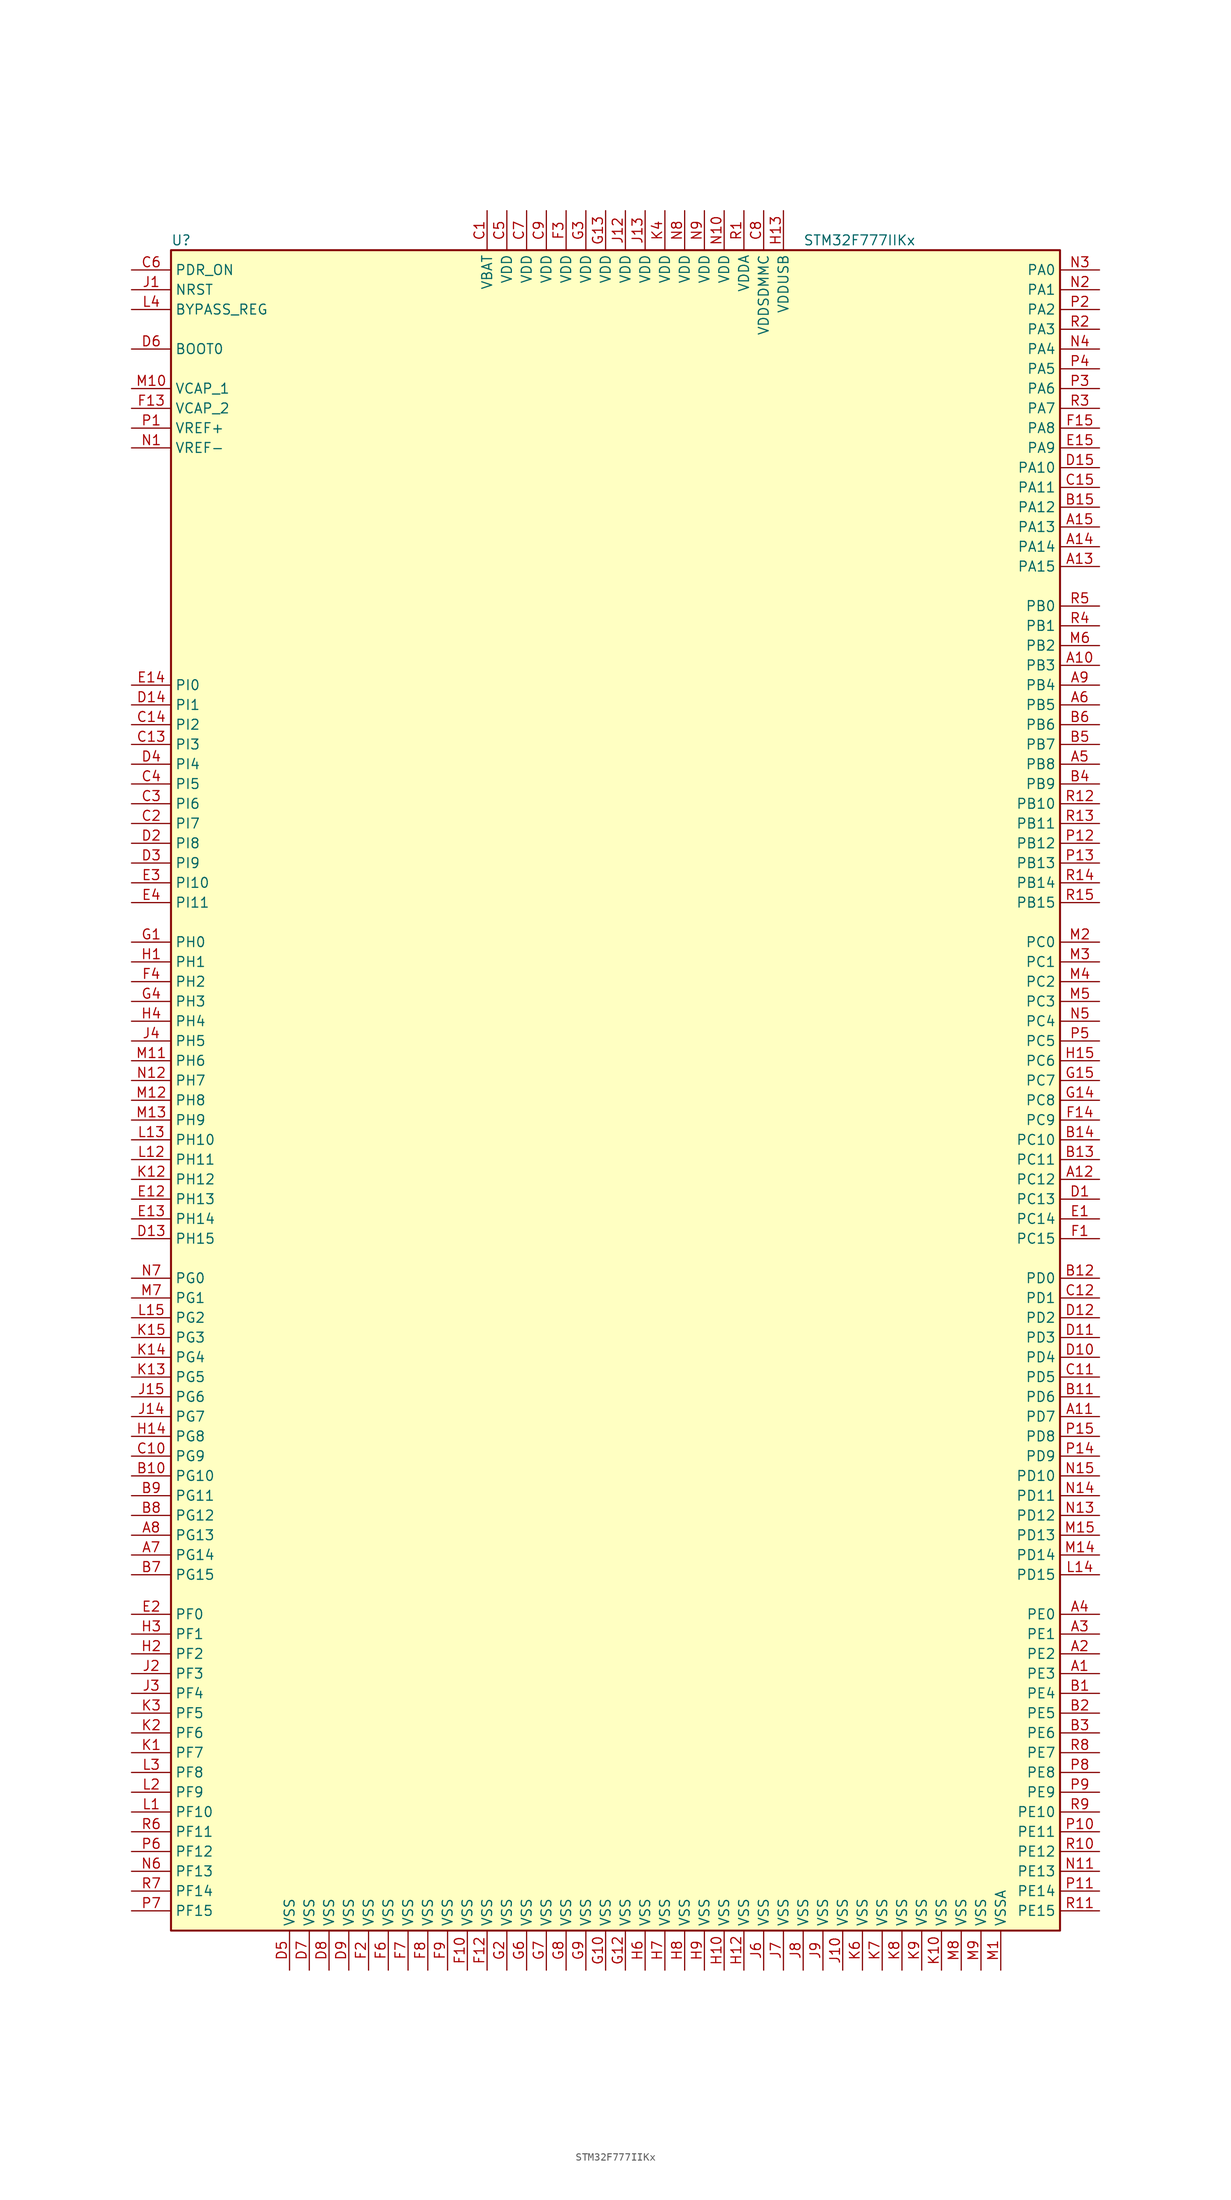
<source format=kicad_sym>
(kicad_symbol_lib
  (version 20211014)
  (generator kicad_symbol_editor)
  (symbol "STM32F777IIKx"
    (property "Reference" "U"
      (at -58.42 107.95 0)
      (effects (font (size 1.27 1.27)) (justify left)))
    (property "Value" "STM32F777IIKx"
      (at 22.86 107.95 0)
      (effects (font (size 1.27 1.27)) (justify left)))
    (symbol "STM32F777IIKx_0_1"
      (rectangle (start -58.42 -109.22) (end 55.88 106.68) (stroke (width 0.254) (type default) (color 0 0 0 0)) (fill (type background))))
    (symbol "STM32F777IIKx_1_1"
      (pin bidirectional line (at 60.96 -76.2 180) (length 5.08) (name "PE3" (effects (font (size 1.27 1.27)))) (number "A1" (effects (font (size 1.27 1.27)))))
      (pin bidirectional line (at 60.96 53.34 180) (length 5.08) (name "PB3" (effects (font (size 1.27 1.27)))) (number "A10" (effects (font (size 1.27 1.27)))))
      (pin bidirectional line (at 60.96 -43.18 180) (length 5.08) (name "PD7" (effects (font (size 1.27 1.27)))) (number "A11" (effects (font (size 1.27 1.27)))))
      (pin bidirectional line (at 60.96 -12.7 180) (length 5.08) (name "PC12" (effects (font (size 1.27 1.27)))) (number "A12" (effects (font (size 1.27 1.27)))))
      (pin bidirectional line (at 60.96 66.04 180) (length 5.08) (name "PA15" (effects (font (size 1.27 1.27)))) (number "A13" (effects (font (size 1.27 1.27)))))
      (pin bidirectional line (at 60.96 68.58 180) (length 5.08) (name "PA14" (effects (font (size 1.27 1.27)))) (number "A14" (effects (font (size 1.27 1.27)))))
      (pin bidirectional line (at 60.96 71.12 180) (length 5.08) (name "PA13" (effects (font (size 1.27 1.27)))) (number "A15" (effects (font (size 1.27 1.27)))))
      (pin bidirectional line (at 60.96 -73.66 180) (length 5.08) (name "PE2" (effects (font (size 1.27 1.27)))) (number "A2" (effects (font (size 1.27 1.27)))))
      (pin bidirectional line (at 60.96 -71.12 180) (length 5.08) (name "PE1" (effects (font (size 1.27 1.27)))) (number "A3" (effects (font (size 1.27 1.27)))))
      (pin bidirectional line (at 60.96 -68.58 180) (length 5.08) (name "PE0" (effects (font (size 1.27 1.27)))) (number "A4" (effects (font (size 1.27 1.27)))))
      (pin bidirectional line (at 60.96 40.64 180) (length 5.08) (name "PB8" (effects (font (size 1.27 1.27)))) (number "A5" (effects (font (size 1.27 1.27)))))
      (pin bidirectional line (at 60.96 48.26 180) (length 5.08) (name "PB5" (effects (font (size 1.27 1.27)))) (number "A6" (effects (font (size 1.27 1.27)))))
      (pin bidirectional line (at -63.5 -60.96 0) (length 5.08) (name "PG14" (effects (font (size 1.27 1.27)))) (number "A7" (effects (font (size 1.27 1.27)))))
      (pin bidirectional line (at -63.5 -58.42 0) (length 5.08) (name "PG13" (effects (font (size 1.27 1.27)))) (number "A8" (effects (font (size 1.27 1.27)))))
      (pin bidirectional line (at 60.96 50.8 180) (length 5.08) (name "PB4" (effects (font (size 1.27 1.27)))) (number "A9" (effects (font (size 1.27 1.27)))))
      (pin bidirectional line (at 60.96 -78.74 180) (length 5.08) (name "PE4" (effects (font (size 1.27 1.27)))) (number "B1" (effects (font (size 1.27 1.27)))))
      (pin bidirectional line (at -63.5 -50.8 0) (length 5.08) (name "PG10" (effects (font (size 1.27 1.27)))) (number "B10" (effects (font (size 1.27 1.27)))))
      (pin bidirectional line (at 60.96 -40.64 180) (length 5.08) (name "PD6" (effects (font (size 1.27 1.27)))) (number "B11" (effects (font (size 1.27 1.27)))))
      (pin bidirectional line (at 60.96 -25.4 180) (length 5.08) (name "PD0" (effects (font (size 1.27 1.27)))) (number "B12" (effects (font (size 1.27 1.27)))))
      (pin bidirectional line (at 60.96 -10.16 180) (length 5.08) (name "PC11" (effects (font (size 1.27 1.27)))) (number "B13" (effects (font (size 1.27 1.27)))))
      (pin bidirectional line (at 60.96 -7.62 180) (length 5.08) (name "PC10" (effects (font (size 1.27 1.27)))) (number "B14" (effects (font (size 1.27 1.27)))))
      (pin bidirectional line (at 60.96 73.66 180) (length 5.08) (name "PA12" (effects (font (size 1.27 1.27)))) (number "B15" (effects (font (size 1.27 1.27)))))
      (pin bidirectional line (at 60.96 -81.28 180) (length 5.08) (name "PE5" (effects (font (size 1.27 1.27)))) (number "B2" (effects (font (size 1.27 1.27)))))
      (pin bidirectional line (at 60.96 -83.82 180) (length 5.08) (name "PE6" (effects (font (size 1.27 1.27)))) (number "B3" (effects (font (size 1.27 1.27)))))
      (pin bidirectional line (at 60.96 38.1 180) (length 5.08) (name "PB9" (effects (font (size 1.27 1.27)))) (number "B4" (effects (font (size 1.27 1.27)))))
      (pin bidirectional line (at 60.96 43.18 180) (length 5.08) (name "PB7" (effects (font (size 1.27 1.27)))) (number "B5" (effects (font (size 1.27 1.27)))))
      (pin bidirectional line (at 60.96 45.72 180) (length 5.08) (name "PB6" (effects (font (size 1.27 1.27)))) (number "B6" (effects (font (size 1.27 1.27)))))
      (pin bidirectional line (at -63.5 -63.5 0) (length 5.08) (name "PG15" (effects (font (size 1.27 1.27)))) (number "B7" (effects (font (size 1.27 1.27)))))
      (pin bidirectional line (at -63.5 -55.88 0) (length 5.08) (name "PG12" (effects (font (size 1.27 1.27)))) (number "B8" (effects (font (size 1.27 1.27)))))
      (pin bidirectional line (at -63.5 -53.34 0) (length 5.08) (name "PG11" (effects (font (size 1.27 1.27)))) (number "B9" (effects (font (size 1.27 1.27)))))
      (pin power_in line (at -17.78 111.76 270) (length 5.08) (name "VBAT" (effects (font (size 1.27 1.27)))) (number "C1" (effects (font (size 1.27 1.27)))))
      (pin bidirectional line (at -63.5 -48.26 0) (length 5.08) (name "PG9" (effects (font (size 1.27 1.27)))) (number "C10" (effects (font (size 1.27 1.27)))))
      (pin bidirectional line (at 60.96 -38.1 180) (length 5.08) (name "PD5" (effects (font (size 1.27 1.27)))) (number "C11" (effects (font (size 1.27 1.27)))))
      (pin bidirectional line (at 60.96 -27.94 180) (length 5.08) (name "PD1" (effects (font (size 1.27 1.27)))) (number "C12" (effects (font (size 1.27 1.27)))))
      (pin bidirectional line (at -63.5 43.18 0) (length 5.08) (name "PI3" (effects (font (size 1.27 1.27)))) (number "C13" (effects (font (size 1.27 1.27)))))
      (pin bidirectional line (at -63.5 45.72 0) (length 5.08) (name "PI2" (effects (font (size 1.27 1.27)))) (number "C14" (effects (font (size 1.27 1.27)))))
      (pin bidirectional line (at 60.96 76.2 180) (length 5.08) (name "PA11" (effects (font (size 1.27 1.27)))) (number "C15" (effects (font (size 1.27 1.27)))))
      (pin bidirectional line (at -63.5 33.02 0) (length 5.08) (name "PI7" (effects (font (size 1.27 1.27)))) (number "C2" (effects (font (size 1.27 1.27)))))
      (pin bidirectional line (at -63.5 35.56 0) (length 5.08) (name "PI6" (effects (font (size 1.27 1.27)))) (number "C3" (effects (font (size 1.27 1.27)))))
      (pin bidirectional line (at -63.5 38.1 0) (length 5.08) (name "PI5" (effects (font (size 1.27 1.27)))) (number "C4" (effects (font (size 1.27 1.27)))))
      (pin power_in line (at -15.24 111.76 270) (length 5.08) (name "VDD" (effects (font (size 1.27 1.27)))) (number "C5" (effects (font (size 1.27 1.27)))))
      (pin input line (at -63.5 104.14 0) (length 5.08) (name "PDR_ON" (effects (font (size 1.27 1.27)))) (number "C6" (effects (font (size 1.27 1.27)))))
      (pin power_in line (at -12.7 111.76 270) (length 5.08) (name "VDD" (effects (font (size 1.27 1.27)))) (number "C7" (effects (font (size 1.27 1.27)))))
      (pin power_in line (at 17.78 111.76 270) (length 5.08) (name "VDDSDMMC" (effects (font (size 1.27 1.27)))) (number "C8" (effects (font (size 1.27 1.27)))))
      (pin power_in line (at -10.16 111.76 270) (length 5.08) (name "VDD" (effects (font (size 1.27 1.27)))) (number "C9" (effects (font (size 1.27 1.27)))))
      (pin bidirectional line (at 60.96 -15.24 180) (length 5.08) (name "PC13" (effects (font (size 1.27 1.27)))) (number "D1" (effects (font (size 1.27 1.27)))))
      (pin bidirectional line (at 60.96 -35.56 180) (length 5.08) (name "PD4" (effects (font (size 1.27 1.27)))) (number "D10" (effects (font (size 1.27 1.27)))))
      (pin bidirectional line (at 60.96 -33.02 180) (length 5.08) (name "PD3" (effects (font (size 1.27 1.27)))) (number "D11" (effects (font (size 1.27 1.27)))))
      (pin bidirectional line (at 60.96 -30.48 180) (length 5.08) (name "PD2" (effects (font (size 1.27 1.27)))) (number "D12" (effects (font (size 1.27 1.27)))))
      (pin bidirectional line (at -63.5 -20.32 0) (length 5.08) (name "PH15" (effects (font (size 1.27 1.27)))) (number "D13" (effects (font (size 1.27 1.27)))))
      (pin bidirectional line (at -63.5 48.26 0) (length 5.08) (name "PI1" (effects (font (size 1.27 1.27)))) (number "D14" (effects (font (size 1.27 1.27)))))
      (pin bidirectional line (at 60.96 78.74 180) (length 5.08) (name "PA10" (effects (font (size 1.27 1.27)))) (number "D15" (effects (font (size 1.27 1.27)))))
      (pin bidirectional line (at -63.5 30.48 0) (length 5.08) (name "PI8" (effects (font (size 1.27 1.27)))) (number "D2" (effects (font (size 1.27 1.27)))))
      (pin bidirectional line (at -63.5 27.94 0) (length 5.08) (name "PI9" (effects (font (size 1.27 1.27)))) (number "D3" (effects (font (size 1.27 1.27)))))
      (pin bidirectional line (at -63.5 40.64 0) (length 5.08) (name "PI4" (effects (font (size 1.27 1.27)))) (number "D4" (effects (font (size 1.27 1.27)))))
      (pin power_in line (at -43.18 -114.3 90) (length 5.08) (name "VSS" (effects (font (size 1.27 1.27)))) (number "D5" (effects (font (size 1.27 1.27)))))
      (pin input line (at -63.5 93.98 0) (length 5.08) (name "BOOT0" (effects (font (size 1.27 1.27)))) (number "D6" (effects (font (size 1.27 1.27)))))
      (pin power_in line (at -40.64 -114.3 90) (length 5.08) (name "VSS" (effects (font (size 1.27 1.27)))) (number "D7" (effects (font (size 1.27 1.27)))))
      (pin power_in line (at -38.1 -114.3 90) (length 5.08) (name "VSS" (effects (font (size 1.27 1.27)))) (number "D8" (effects (font (size 1.27 1.27)))))
      (pin power_in line (at -35.56 -114.3 90) (length 5.08) (name "VSS" (effects (font (size 1.27 1.27)))) (number "D9" (effects (font (size 1.27 1.27)))))
      (pin bidirectional line (at 60.96 -17.78 180) (length 5.08) (name "PC14" (effects (font (size 1.27 1.27)))) (number "E1" (effects (font (size 1.27 1.27)))))
      (pin bidirectional line (at -63.5 -15.24 0) (length 5.08) (name "PH13" (effects (font (size 1.27 1.27)))) (number "E12" (effects (font (size 1.27 1.27)))))
      (pin bidirectional line (at -63.5 -17.78 0) (length 5.08) (name "PH14" (effects (font (size 1.27 1.27)))) (number "E13" (effects (font (size 1.27 1.27)))))
      (pin bidirectional line (at -63.5 50.8 0) (length 5.08) (name "PI0" (effects (font (size 1.27 1.27)))) (number "E14" (effects (font (size 1.27 1.27)))))
      (pin bidirectional line (at 60.96 81.28 180) (length 5.08) (name "PA9" (effects (font (size 1.27 1.27)))) (number "E15" (effects (font (size 1.27 1.27)))))
      (pin bidirectional line (at -63.5 -68.58 0) (length 5.08) (name "PF0" (effects (font (size 1.27 1.27)))) (number "E2" (effects (font (size 1.27 1.27)))))
      (pin bidirectional line (at -63.5 25.4 0) (length 5.08) (name "PI10" (effects (font (size 1.27 1.27)))) (number "E3" (effects (font (size 1.27 1.27)))))
      (pin bidirectional line (at -63.5 22.86 0) (length 5.08) (name "PI11" (effects (font (size 1.27 1.27)))) (number "E4" (effects (font (size 1.27 1.27)))))
      (pin bidirectional line (at 60.96 -20.32 180) (length 5.08) (name "PC15" (effects (font (size 1.27 1.27)))) (number "F1" (effects (font (size 1.27 1.27)))))
      (pin power_in line (at -20.32 -114.3 90) (length 5.08) (name "VSS" (effects (font (size 1.27 1.27)))) (number "F10" (effects (font (size 1.27 1.27)))))
      (pin power_in line (at -17.78 -114.3 90) (length 5.08) (name "VSS" (effects (font (size 1.27 1.27)))) (number "F12" (effects (font (size 1.27 1.27)))))
      (pin power_in line (at -63.5 86.36 0) (length 5.08) (name "VCAP_2" (effects (font (size 1.27 1.27)))) (number "F13" (effects (font (size 1.27 1.27)))))
      (pin bidirectional line (at 60.96 -5.08 180) (length 5.08) (name "PC9" (effects (font (size 1.27 1.27)))) (number "F14" (effects (font (size 1.27 1.27)))))
      (pin bidirectional line (at 60.96 83.82 180) (length 5.08) (name "PA8" (effects (font (size 1.27 1.27)))) (number "F15" (effects (font (size 1.27 1.27)))))
      (pin power_in line (at -33.02 -114.3 90) (length 5.08) (name "VSS" (effects (font (size 1.27 1.27)))) (number "F2" (effects (font (size 1.27 1.27)))))
      (pin power_in line (at -7.62 111.76 270) (length 5.08) (name "VDD" (effects (font (size 1.27 1.27)))) (number "F3" (effects (font (size 1.27 1.27)))))
      (pin bidirectional line (at -63.5 12.7 0) (length 5.08) (name "PH2" (effects (font (size 1.27 1.27)))) (number "F4" (effects (font (size 1.27 1.27)))))
      (pin power_in line (at -30.48 -114.3 90) (length 5.08) (name "VSS" (effects (font (size 1.27 1.27)))) (number "F6" (effects (font (size 1.27 1.27)))))
      (pin power_in line (at -27.94 -114.3 90) (length 5.08) (name "VSS" (effects (font (size 1.27 1.27)))) (number "F7" (effects (font (size 1.27 1.27)))))
      (pin power_in line (at -25.4 -114.3 90) (length 5.08) (name "VSS" (effects (font (size 1.27 1.27)))) (number "F8" (effects (font (size 1.27 1.27)))))
      (pin power_in line (at -22.86 -114.3 90) (length 5.08) (name "VSS" (effects (font (size 1.27 1.27)))) (number "F9" (effects (font (size 1.27 1.27)))))
      (pin input line (at -63.5 17.78 0) (length 5.08) (name "PH0" (effects (font (size 1.27 1.27)))) (number "G1" (effects (font (size 1.27 1.27)))))
      (pin power_in line (at -2.54 -114.3 90) (length 5.08) (name "VSS" (effects (font (size 1.27 1.27)))) (number "G10" (effects (font (size 1.27 1.27)))))
      (pin power_in line (at 0 -114.3 90) (length 5.08) (name "VSS" (effects (font (size 1.27 1.27)))) (number "G12" (effects (font (size 1.27 1.27)))))
      (pin power_in line (at -2.54 111.76 270) (length 5.08) (name "VDD" (effects (font (size 1.27 1.27)))) (number "G13" (effects (font (size 1.27 1.27)))))
      (pin bidirectional line (at 60.96 -2.54 180) (length 5.08) (name "PC8" (effects (font (size 1.27 1.27)))) (number "G14" (effects (font (size 1.27 1.27)))))
      (pin bidirectional line (at 60.96 0 180) (length 5.08) (name "PC7" (effects (font (size 1.27 1.27)))) (number "G15" (effects (font (size 1.27 1.27)))))
      (pin power_in line (at -15.24 -114.3 90) (length 5.08) (name "VSS" (effects (font (size 1.27 1.27)))) (number "G2" (effects (font (size 1.27 1.27)))))
      (pin power_in line (at -5.08 111.76 270) (length 5.08) (name "VDD" (effects (font (size 1.27 1.27)))) (number "G3" (effects (font (size 1.27 1.27)))))
      (pin bidirectional line (at -63.5 10.16 0) (length 5.08) (name "PH3" (effects (font (size 1.27 1.27)))) (number "G4" (effects (font (size 1.27 1.27)))))
      (pin power_in line (at -12.7 -114.3 90) (length 5.08) (name "VSS" (effects (font (size 1.27 1.27)))) (number "G6" (effects (font (size 1.27 1.27)))))
      (pin power_in line (at -10.16 -114.3 90) (length 5.08) (name "VSS" (effects (font (size 1.27 1.27)))) (number "G7" (effects (font (size 1.27 1.27)))))
      (pin power_in line (at -7.62 -114.3 90) (length 5.08) (name "VSS" (effects (font (size 1.27 1.27)))) (number "G8" (effects (font (size 1.27 1.27)))))
      (pin power_in line (at -5.08 -114.3 90) (length 5.08) (name "VSS" (effects (font (size 1.27 1.27)))) (number "G9" (effects (font (size 1.27 1.27)))))
      (pin input line (at -63.5 15.24 0) (length 5.08) (name "PH1" (effects (font (size 1.27 1.27)))) (number "H1" (effects (font (size 1.27 1.27)))))
      (pin power_in line (at 12.7 -114.3 90) (length 5.08) (name "VSS" (effects (font (size 1.27 1.27)))) (number "H10" (effects (font (size 1.27 1.27)))))
      (pin power_in line (at 15.24 -114.3 90) (length 5.08) (name "VSS" (effects (font (size 1.27 1.27)))) (number "H12" (effects (font (size 1.27 1.27)))))
      (pin power_in line (at 20.32 111.76 270) (length 5.08) (name "VDDUSB" (effects (font (size 1.27 1.27)))) (number "H13" (effects (font (size 1.27 1.27)))))
      (pin bidirectional line (at -63.5 -45.72 0) (length 5.08) (name "PG8" (effects (font (size 1.27 1.27)))) (number "H14" (effects (font (size 1.27 1.27)))))
      (pin bidirectional line (at 60.96 2.54 180) (length 5.08) (name "PC6" (effects (font (size 1.27 1.27)))) (number "H15" (effects (font (size 1.27 1.27)))))
      (pin bidirectional line (at -63.5 -73.66 0) (length 5.08) (name "PF2" (effects (font (size 1.27 1.27)))) (number "H2" (effects (font (size 1.27 1.27)))))
      (pin bidirectional line (at -63.5 -71.12 0) (length 5.08) (name "PF1" (effects (font (size 1.27 1.27)))) (number "H3" (effects (font (size 1.27 1.27)))))
      (pin bidirectional line (at -63.5 7.62 0) (length 5.08) (name "PH4" (effects (font (size 1.27 1.27)))) (number "H4" (effects (font (size 1.27 1.27)))))
      (pin power_in line (at 2.54 -114.3 90) (length 5.08) (name "VSS" (effects (font (size 1.27 1.27)))) (number "H6" (effects (font (size 1.27 1.27)))))
      (pin power_in line (at 5.08 -114.3 90) (length 5.08) (name "VSS" (effects (font (size 1.27 1.27)))) (number "H7" (effects (font (size 1.27 1.27)))))
      (pin power_in line (at 7.62 -114.3 90) (length 5.08) (name "VSS" (effects (font (size 1.27 1.27)))) (number "H8" (effects (font (size 1.27 1.27)))))
      (pin power_in line (at 10.16 -114.3 90) (length 5.08) (name "VSS" (effects (font (size 1.27 1.27)))) (number "H9" (effects (font (size 1.27 1.27)))))
      (pin input line (at -63.5 101.6 0) (length 5.08) (name "NRST" (effects (font (size 1.27 1.27)))) (number "J1" (effects (font (size 1.27 1.27)))))
      (pin power_in line (at 27.94 -114.3 90) (length 5.08) (name "VSS" (effects (font (size 1.27 1.27)))) (number "J10" (effects (font (size 1.27 1.27)))))
      (pin power_in line (at 0 111.76 270) (length 5.08) (name "VDD" (effects (font (size 1.27 1.27)))) (number "J12" (effects (font (size 1.27 1.27)))))
      (pin power_in line (at 2.54 111.76 270) (length 5.08) (name "VDD" (effects (font (size 1.27 1.27)))) (number "J13" (effects (font (size 1.27 1.27)))))
      (pin bidirectional line (at -63.5 -43.18 0) (length 5.08) (name "PG7" (effects (font (size 1.27 1.27)))) (number "J14" (effects (font (size 1.27 1.27)))))
      (pin bidirectional line (at -63.5 -40.64 0) (length 5.08) (name "PG6" (effects (font (size 1.27 1.27)))) (number "J15" (effects (font (size 1.27 1.27)))))
      (pin bidirectional line (at -63.5 -76.2 0) (length 5.08) (name "PF3" (effects (font (size 1.27 1.27)))) (number "J2" (effects (font (size 1.27 1.27)))))
      (pin bidirectional line (at -63.5 -78.74 0) (length 5.08) (name "PF4" (effects (font (size 1.27 1.27)))) (number "J3" (effects (font (size 1.27 1.27)))))
      (pin bidirectional line (at -63.5 5.08 0) (length 5.08) (name "PH5" (effects (font (size 1.27 1.27)))) (number "J4" (effects (font (size 1.27 1.27)))))
      (pin power_in line (at 17.78 -114.3 90) (length 5.08) (name "VSS" (effects (font (size 1.27 1.27)))) (number "J6" (effects (font (size 1.27 1.27)))))
      (pin power_in line (at 20.32 -114.3 90) (length 5.08) (name "VSS" (effects (font (size 1.27 1.27)))) (number "J7" (effects (font (size 1.27 1.27)))))
      (pin power_in line (at 22.86 -114.3 90) (length 5.08) (name "VSS" (effects (font (size 1.27 1.27)))) (number "J8" (effects (font (size 1.27 1.27)))))
      (pin power_in line (at 25.4 -114.3 90) (length 5.08) (name "VSS" (effects (font (size 1.27 1.27)))) (number "J9" (effects (font (size 1.27 1.27)))))
      (pin bidirectional line (at -63.5 -86.36 0) (length 5.08) (name "PF7" (effects (font (size 1.27 1.27)))) (number "K1" (effects (font (size 1.27 1.27)))))
      (pin power_in line (at 40.64 -114.3 90) (length 5.08) (name "VSS" (effects (font (size 1.27 1.27)))) (number "K10" (effects (font (size 1.27 1.27)))))
      (pin bidirectional line (at -63.5 -12.7 0) (length 5.08) (name "PH12" (effects (font (size 1.27 1.27)))) (number "K12" (effects (font (size 1.27 1.27)))))
      (pin bidirectional line (at -63.5 -38.1 0) (length 5.08) (name "PG5" (effects (font (size 1.27 1.27)))) (number "K13" (effects (font (size 1.27 1.27)))))
      (pin bidirectional line (at -63.5 -35.56 0) (length 5.08) (name "PG4" (effects (font (size 1.27 1.27)))) (number "K14" (effects (font (size 1.27 1.27)))))
      (pin bidirectional line (at -63.5 -33.02 0) (length 5.08) (name "PG3" (effects (font (size 1.27 1.27)))) (number "K15" (effects (font (size 1.27 1.27)))))
      (pin bidirectional line (at -63.5 -83.82 0) (length 5.08) (name "PF6" (effects (font (size 1.27 1.27)))) (number "K2" (effects (font (size 1.27 1.27)))))
      (pin bidirectional line (at -63.5 -81.28 0) (length 5.08) (name "PF5" (effects (font (size 1.27 1.27)))) (number "K3" (effects (font (size 1.27 1.27)))))
      (pin power_in line (at 5.08 111.76 270) (length 5.08) (name "VDD" (effects (font (size 1.27 1.27)))) (number "K4" (effects (font (size 1.27 1.27)))))
      (pin power_in line (at 30.48 -114.3 90) (length 5.08) (name "VSS" (effects (font (size 1.27 1.27)))) (number "K6" (effects (font (size 1.27 1.27)))))
      (pin power_in line (at 33.02 -114.3 90) (length 5.08) (name "VSS" (effects (font (size 1.27 1.27)))) (number "K7" (effects (font (size 1.27 1.27)))))
      (pin power_in line (at 35.56 -114.3 90) (length 5.08) (name "VSS" (effects (font (size 1.27 1.27)))) (number "K8" (effects (font (size 1.27 1.27)))))
      (pin power_in line (at 38.1 -114.3 90) (length 5.08) (name "VSS" (effects (font (size 1.27 1.27)))) (number "K9" (effects (font (size 1.27 1.27)))))
      (pin bidirectional line (at -63.5 -93.98 0) (length 5.08) (name "PF10" (effects (font (size 1.27 1.27)))) (number "L1" (effects (font (size 1.27 1.27)))))
      (pin bidirectional line (at -63.5 -10.16 0) (length 5.08) (name "PH11" (effects (font (size 1.27 1.27)))) (number "L12" (effects (font (size 1.27 1.27)))))
      (pin bidirectional line (at -63.5 -7.62 0) (length 5.08) (name "PH10" (effects (font (size 1.27 1.27)))) (number "L13" (effects (font (size 1.27 1.27)))))
      (pin bidirectional line (at 60.96 -63.5 180) (length 5.08) (name "PD15" (effects (font (size 1.27 1.27)))) (number "L14" (effects (font (size 1.27 1.27)))))
      (pin bidirectional line (at -63.5 -30.48 0) (length 5.08) (name "PG2" (effects (font (size 1.27 1.27)))) (number "L15" (effects (font (size 1.27 1.27)))))
      (pin bidirectional line (at -63.5 -91.44 0) (length 5.08) (name "PF9" (effects (font (size 1.27 1.27)))) (number "L2" (effects (font (size 1.27 1.27)))))
      (pin bidirectional line (at -63.5 -88.9 0) (length 5.08) (name "PF8" (effects (font (size 1.27 1.27)))) (number "L3" (effects (font (size 1.27 1.27)))))
      (pin input line (at -63.5 99.06 0) (length 5.08) (name "BYPASS_REG" (effects (font (size 1.27 1.27)))) (number "L4" (effects (font (size 1.27 1.27)))))
      (pin power_in line (at 48.26 -114.3 90) (length 5.08) (name "VSSA" (effects (font (size 1.27 1.27)))) (number "M1" (effects (font (size 1.27 1.27)))))
      (pin power_in line (at -63.5 88.9 0) (length 5.08) (name "VCAP_1" (effects (font (size 1.27 1.27)))) (number "M10" (effects (font (size 1.27 1.27)))))
      (pin bidirectional line (at -63.5 2.54 0) (length 5.08) (name "PH6" (effects (font (size 1.27 1.27)))) (number "M11" (effects (font (size 1.27 1.27)))))
      (pin bidirectional line (at -63.5 -2.54 0) (length 5.08) (name "PH8" (effects (font (size 1.27 1.27)))) (number "M12" (effects (font (size 1.27 1.27)))))
      (pin bidirectional line (at -63.5 -5.08 0) (length 5.08) (name "PH9" (effects (font (size 1.27 1.27)))) (number "M13" (effects (font (size 1.27 1.27)))))
      (pin bidirectional line (at 60.96 -60.96 180) (length 5.08) (name "PD14" (effects (font (size 1.27 1.27)))) (number "M14" (effects (font (size 1.27 1.27)))))
      (pin bidirectional line (at 60.96 -58.42 180) (length 5.08) (name "PD13" (effects (font (size 1.27 1.27)))) (number "M15" (effects (font (size 1.27 1.27)))))
      (pin bidirectional line (at 60.96 17.78 180) (length 5.08) (name "PC0" (effects (font (size 1.27 1.27)))) (number "M2" (effects (font (size 1.27 1.27)))))
      (pin bidirectional line (at 60.96 15.24 180) (length 5.08) (name "PC1" (effects (font (size 1.27 1.27)))) (number "M3" (effects (font (size 1.27 1.27)))))
      (pin bidirectional line (at 60.96 12.7 180) (length 5.08) (name "PC2" (effects (font (size 1.27 1.27)))) (number "M4" (effects (font (size 1.27 1.27)))))
      (pin bidirectional line (at 60.96 10.16 180) (length 5.08) (name "PC3" (effects (font (size 1.27 1.27)))) (number "M5" (effects (font (size 1.27 1.27)))))
      (pin bidirectional line (at 60.96 55.88 180) (length 5.08) (name "PB2" (effects (font (size 1.27 1.27)))) (number "M6" (effects (font (size 1.27 1.27)))))
      (pin bidirectional line (at -63.5 -27.94 0) (length 5.08) (name "PG1" (effects (font (size 1.27 1.27)))) (number "M7" (effects (font (size 1.27 1.27)))))
      (pin power_in line (at 43.18 -114.3 90) (length 5.08) (name "VSS" (effects (font (size 1.27 1.27)))) (number "M8" (effects (font (size 1.27 1.27)))))
      (pin power_in line (at 45.72 -114.3 90) (length 5.08) (name "VSS" (effects (font (size 1.27 1.27)))) (number "M9" (effects (font (size 1.27 1.27)))))
      (pin power_in line (at -63.5 81.28 0) (length 5.08) (name "VREF-" (effects (font (size 1.27 1.27)))) (number "N1" (effects (font (size 1.27 1.27)))))
      (pin power_in line (at 12.7 111.76 270) (length 5.08) (name "VDD" (effects (font (size 1.27 1.27)))) (number "N10" (effects (font (size 1.27 1.27)))))
      (pin bidirectional line (at 60.96 -101.6 180) (length 5.08) (name "PE13" (effects (font (size 1.27 1.27)))) (number "N11" (effects (font (size 1.27 1.27)))))
      (pin bidirectional line (at -63.5 0 0) (length 5.08) (name "PH7" (effects (font (size 1.27 1.27)))) (number "N12" (effects (font (size 1.27 1.27)))))
      (pin bidirectional line (at 60.96 -55.88 180) (length 5.08) (name "PD12" (effects (font (size 1.27 1.27)))) (number "N13" (effects (font (size 1.27 1.27)))))
      (pin bidirectional line (at 60.96 -53.34 180) (length 5.08) (name "PD11" (effects (font (size 1.27 1.27)))) (number "N14" (effects (font (size 1.27 1.27)))))
      (pin bidirectional line (at 60.96 -50.8 180) (length 5.08) (name "PD10" (effects (font (size 1.27 1.27)))) (number "N15" (effects (font (size 1.27 1.27)))))
      (pin bidirectional line (at 60.96 101.6 180) (length 5.08) (name "PA1" (effects (font (size 1.27 1.27)))) (number "N2" (effects (font (size 1.27 1.27)))))
      (pin bidirectional line (at 60.96 104.14 180) (length 5.08) (name "PA0" (effects (font (size 1.27 1.27)))) (number "N3" (effects (font (size 1.27 1.27)))))
      (pin bidirectional line (at 60.96 93.98 180) (length 5.08) (name "PA4" (effects (font (size 1.27 1.27)))) (number "N4" (effects (font (size 1.27 1.27)))))
      (pin bidirectional line (at 60.96 7.62 180) (length 5.08) (name "PC4" (effects (font (size 1.27 1.27)))) (number "N5" (effects (font (size 1.27 1.27)))))
      (pin bidirectional line (at -63.5 -101.6 0) (length 5.08) (name "PF13" (effects (font (size 1.27 1.27)))) (number "N6" (effects (font (size 1.27 1.27)))))
      (pin bidirectional line (at -63.5 -25.4 0) (length 5.08) (name "PG0" (effects (font (size 1.27 1.27)))) (number "N7" (effects (font (size 1.27 1.27)))))
      (pin power_in line (at 7.62 111.76 270) (length 5.08) (name "VDD" (effects (font (size 1.27 1.27)))) (number "N8" (effects (font (size 1.27 1.27)))))
      (pin power_in line (at 10.16 111.76 270) (length 5.08) (name "VDD" (effects (font (size 1.27 1.27)))) (number "N9" (effects (font (size 1.27 1.27)))))
      (pin power_in line (at -63.5 83.82 0) (length 5.08) (name "VREF+" (effects (font (size 1.27 1.27)))) (number "P1" (effects (font (size 1.27 1.27)))))
      (pin bidirectional line (at 60.96 -96.52 180) (length 5.08) (name "PE11" (effects (font (size 1.27 1.27)))) (number "P10" (effects (font (size 1.27 1.27)))))
      (pin bidirectional line (at 60.96 -104.14 180) (length 5.08) (name "PE14" (effects (font (size 1.27 1.27)))) (number "P11" (effects (font (size 1.27 1.27)))))
      (pin bidirectional line (at 60.96 30.48 180) (length 5.08) (name "PB12" (effects (font (size 1.27 1.27)))) (number "P12" (effects (font (size 1.27 1.27)))))
      (pin bidirectional line (at 60.96 27.94 180) (length 5.08) (name "PB13" (effects (font (size 1.27 1.27)))) (number "P13" (effects (font (size 1.27 1.27)))))
      (pin bidirectional line (at 60.96 -48.26 180) (length 5.08) (name "PD9" (effects (font (size 1.27 1.27)))) (number "P14" (effects (font (size 1.27 1.27)))))
      (pin bidirectional line (at 60.96 -45.72 180) (length 5.08) (name "PD8" (effects (font (size 1.27 1.27)))) (number "P15" (effects (font (size 1.27 1.27)))))
      (pin bidirectional line (at 60.96 99.06 180) (length 5.08) (name "PA2" (effects (font (size 1.27 1.27)))) (number "P2" (effects (font (size 1.27 1.27)))))
      (pin bidirectional line (at 60.96 88.9 180) (length 5.08) (name "PA6" (effects (font (size 1.27 1.27)))) (number "P3" (effects (font (size 1.27 1.27)))))
      (pin bidirectional line (at 60.96 91.44 180) (length 5.08) (name "PA5" (effects (font (size 1.27 1.27)))) (number "P4" (effects (font (size 1.27 1.27)))))
      (pin bidirectional line (at 60.96 5.08 180) (length 5.08) (name "PC5" (effects (font (size 1.27 1.27)))) (number "P5" (effects (font (size 1.27 1.27)))))
      (pin bidirectional line (at -63.5 -99.06 0) (length 5.08) (name "PF12" (effects (font (size 1.27 1.27)))) (number "P6" (effects (font (size 1.27 1.27)))))
      (pin bidirectional line (at -63.5 -106.68 0) (length 5.08) (name "PF15" (effects (font (size 1.27 1.27)))) (number "P7" (effects (font (size 1.27 1.27)))))
      (pin bidirectional line (at 60.96 -88.9 180) (length 5.08) (name "PE8" (effects (font (size 1.27 1.27)))) (number "P8" (effects (font (size 1.27 1.27)))))
      (pin bidirectional line (at 60.96 -91.44 180) (length 5.08) (name "PE9" (effects (font (size 1.27 1.27)))) (number "P9" (effects (font (size 1.27 1.27)))))
      (pin power_in line (at 15.24 111.76 270) (length 5.08) (name "VDDA" (effects (font (size 1.27 1.27)))) (number "R1" (effects (font (size 1.27 1.27)))))
      (pin bidirectional line (at 60.96 -99.06 180) (length 5.08) (name "PE12" (effects (font (size 1.27 1.27)))) (number "R10" (effects (font (size 1.27 1.27)))))
      (pin bidirectional line (at 60.96 -106.68 180) (length 5.08) (name "PE15" (effects (font (size 1.27 1.27)))) (number "R11" (effects (font (size 1.27 1.27)))))
      (pin bidirectional line (at 60.96 35.56 180) (length 5.08) (name "PB10" (effects (font (size 1.27 1.27)))) (number "R12" (effects (font (size 1.27 1.27)))))
      (pin bidirectional line (at 60.96 33.02 180) (length 5.08) (name "PB11" (effects (font (size 1.27 1.27)))) (number "R13" (effects (font (size 1.27 1.27)))))
      (pin bidirectional line (at 60.96 25.4 180) (length 5.08) (name "PB14" (effects (font (size 1.27 1.27)))) (number "R14" (effects (font (size 1.27 1.27)))))
      (pin bidirectional line (at 60.96 22.86 180) (length 5.08) (name "PB15" (effects (font (size 1.27 1.27)))) (number "R15" (effects (font (size 1.27 1.27)))))
      (pin bidirectional line (at 60.96 96.52 180) (length 5.08) (name "PA3" (effects (font (size 1.27 1.27)))) (number "R2" (effects (font (size 1.27 1.27)))))
      (pin bidirectional line (at 60.96 86.36 180) (length 5.08) (name "PA7" (effects (font (size 1.27 1.27)))) (number "R3" (effects (font (size 1.27 1.27)))))
      (pin bidirectional line (at 60.96 58.42 180) (length 5.08) (name "PB1" (effects (font (size 1.27 1.27)))) (number "R4" (effects (font (size 1.27 1.27)))))
      (pin bidirectional line (at 60.96 60.96 180) (length 5.08) (name "PB0" (effects (font (size 1.27 1.27)))) (number "R5" (effects (font (size 1.27 1.27)))))
      (pin bidirectional line (at -63.5 -96.52 0) (length 5.08) (name "PF11" (effects (font (size 1.27 1.27)))) (number "R6" (effects (font (size 1.27 1.27)))))
      (pin bidirectional line (at -63.5 -104.14 0) (length 5.08) (name "PF14" (effects (font (size 1.27 1.27)))) (number "R7" (effects (font (size 1.27 1.27)))))
      (pin bidirectional line (at 60.96 -86.36 180) (length 5.08) (name "PE7" (effects (font (size 1.27 1.27)))) (number "R8" (effects (font (size 1.27 1.27)))))
      (pin bidirectional line (at 60.96 -93.98 180) (length 5.08) (name "PE10" (effects (font (size 1.27 1.27)))) (number "R9" (effects (font (size 1.27 1.27))))))))
</source>
